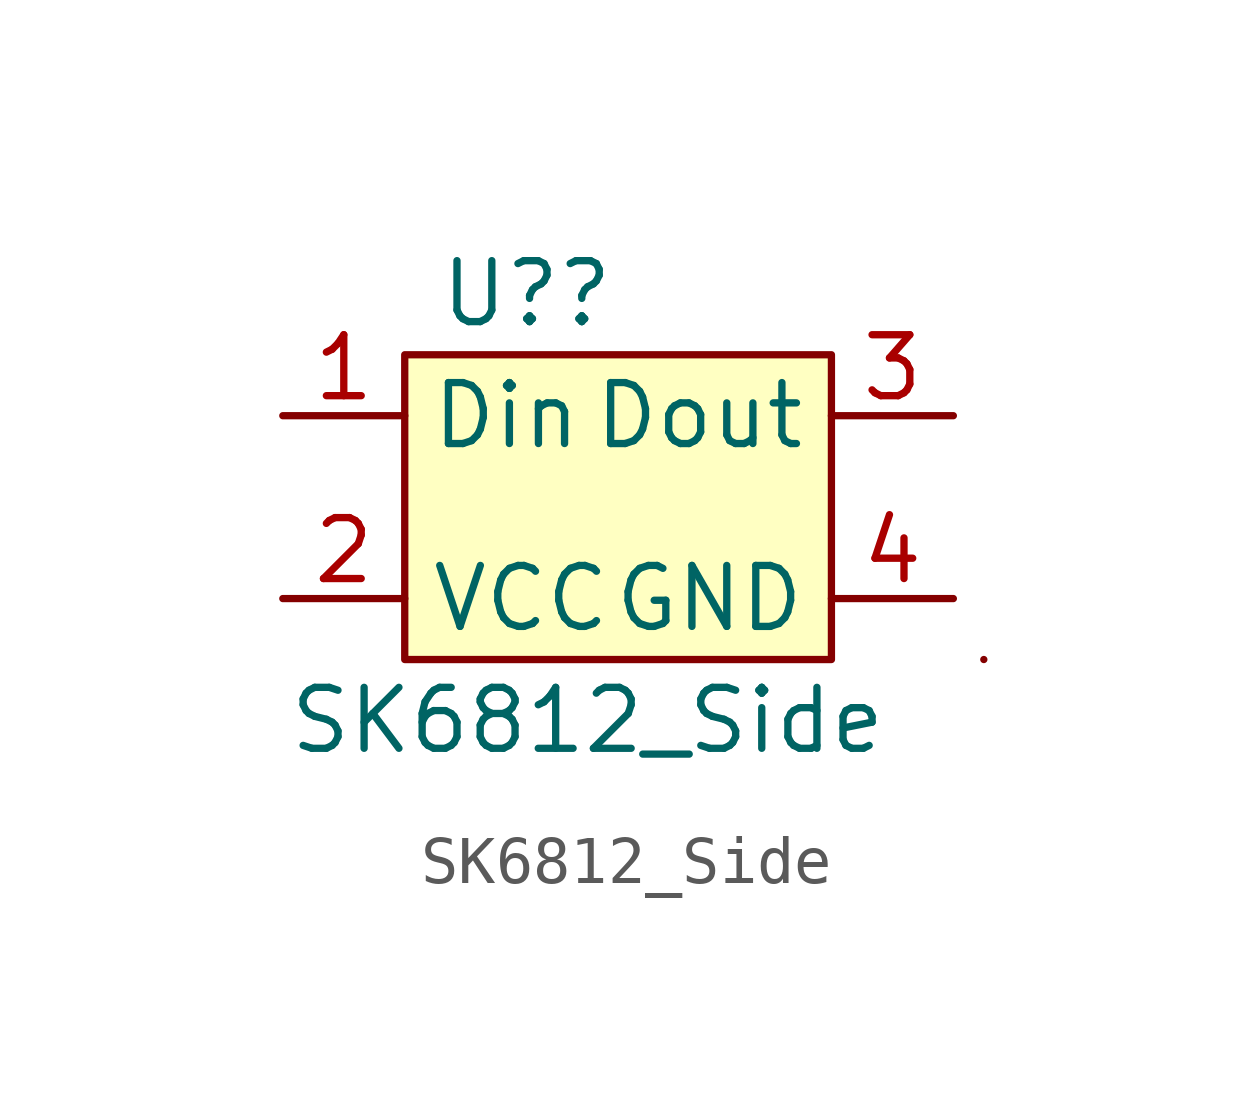
<source format=kicad_sym>
(kicad_symbol_lib
  (version 20220126)
  (generator kicad_symbol_editor)
  (symbol "SK6812_Side"
    (property "Reference" "U?"
      (at -2.54 0 0)
      (effects (font (size 1.27 1.27))))
    (property "Value" "SK6812_Side"
      (at -1.27 -8.89 0)
      (effects (font (size 1.27 1.27))))
    (symbol "SK6812_Side_0_1"
      (rectangle (start -5.08 -1.27) (end 3.81 -7.62) (stroke (width 0.152) (type default)) (fill (type background)))
      (rectangle (start 6.985 -7.62) (end 6.985 -7.62) (stroke (width 0.152) (type default)) (fill (type none))))
    (symbol "SK6812_Side_1_1"
      (pin input line (at -7.62 -2.54 0) (length 2.54) (name "Din" (effects (font (size 1.27 1.27)))) (number "1" (effects (font (size 1.27 1.27)))))
      (pin input line (at -7.62 -6.35 0) (length 2.54) (name "VCC" (effects (font (size 1.27 1.27)))) (number "2" (effects (font (size 1.27 1.27)))))
      (pin output line (at 6.35 -2.54 180) (length 2.54) (name "Dout" (effects (font (size 1.27 1.27)))) (number "3" (effects (font (size 1.27 1.27)))))
      (pin input line (at 6.35 -6.35 180) (length 2.54) (name "GND" (effects (font (size 1.27 1.27)))) (number "4" (effects (font (size 1.27 1.27))))))))
</source>
